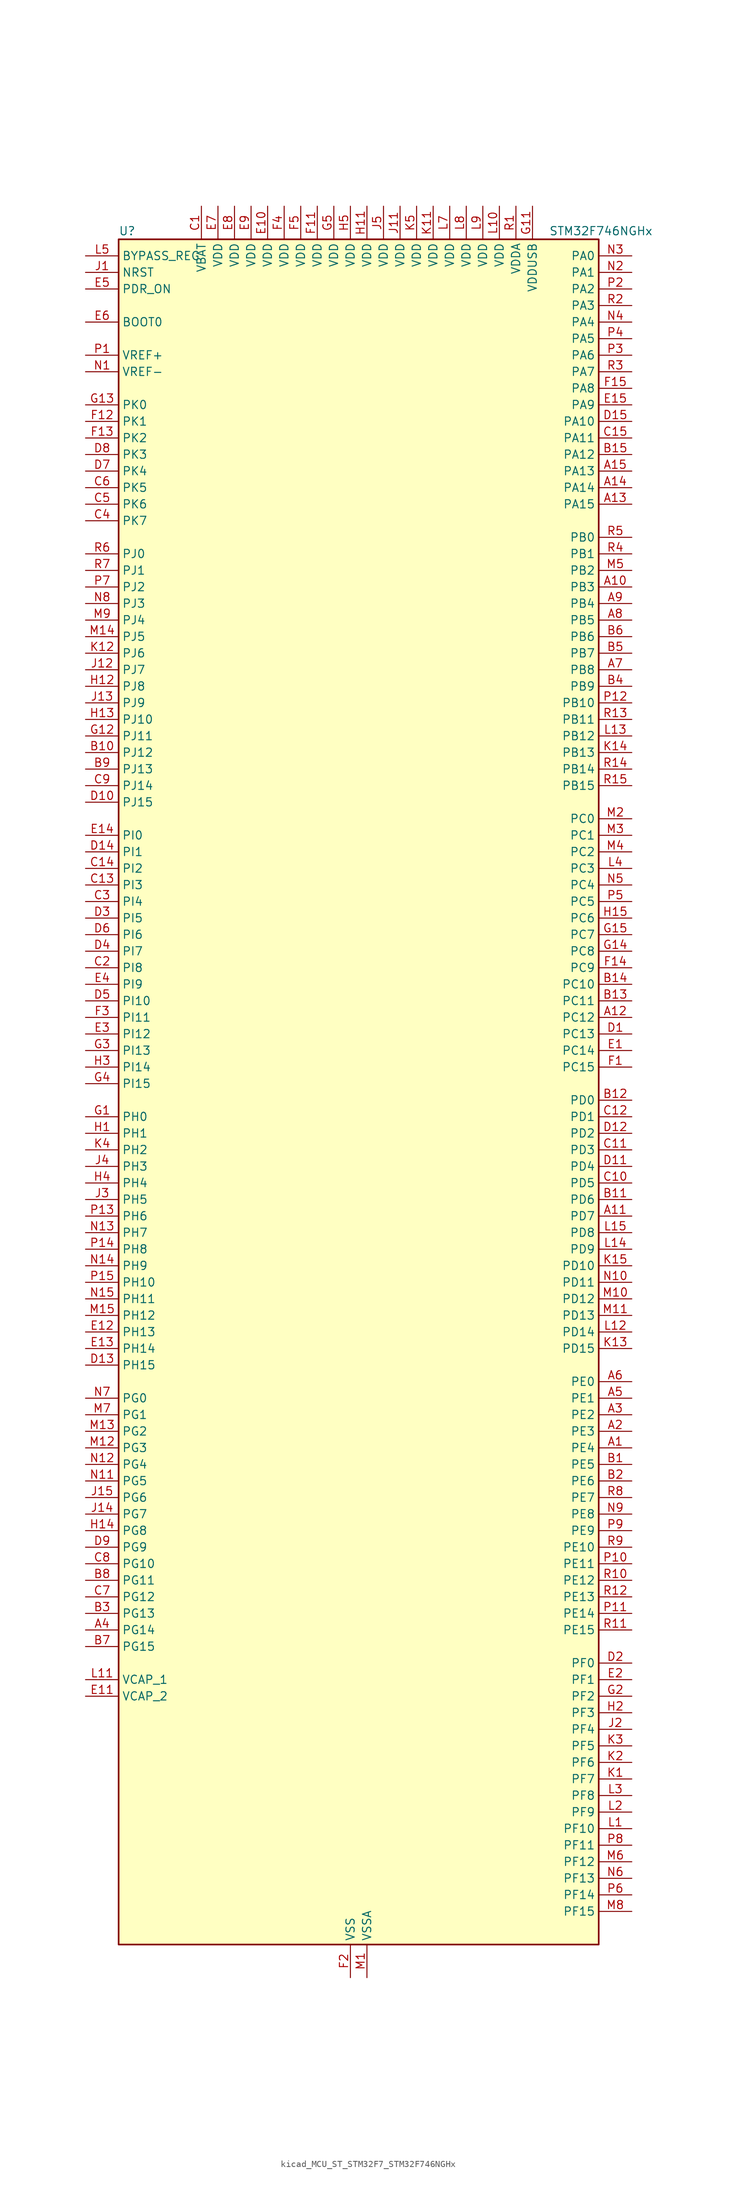
<source format=kicad_sym>
(kicad_symbol_lib
  (version 20220914)
  (generator kicad_symbol_editor)
  (symbol "kicad_MCU_ST_STM32F7_STM32F746NGHx"
    (property "Reference" "U"
      (at -35.56 133.35 0)
      (effects (font (size 1.27 1.27)) (justify left)))
    (property "Value" "STM32F746NGHx"
      (at 30.48 133.35 0)
      (effects (font (size 1.27 1.27)) (justify left)))
    (property "ki_locked" ""
      (at 0 0 0)
      (effects (font (size 1.27 1.27))))
    (symbol "kicad_MCU_ST_STM32F7_STM32F746NGHx_0_1"
      (rectangle (start -35.56 -129.54) (end 38.1 132.08) (stroke (width 0.254) (type default)) (fill (type background))))
    (symbol "kicad_MCU_ST_STM32F7_STM32F746NGHx_1_1"
      (pin bidirectional line (at 43.18 -53.34 180) (length 5.08) (name "PE4" (effects (font (size 1.27 1.27)))) (number "A1" (effects (font (size 1.27 1.27)))) (alternate "DCMI_D4" bidirectional line) (alternate "FMC_A20" bidirectional line) (alternate "LTDC_B0" bidirectional line) (alternate "SAI1_FS_A" bidirectional line) (alternate "SPI4_NSS" bidirectional line) (alternate "SYS_TRACED1" bidirectional line))
      (pin bidirectional line (at 43.18 78.74 180) (length 5.08) (name "PB3" (effects (font (size 1.27 1.27)))) (number "A10" (effects (font (size 1.27 1.27)))) (alternate "I2S1_CK" bidirectional line) (alternate "I2S3_CK" bidirectional line) (alternate "SPI1_SCK" bidirectional line) (alternate "SPI3_SCK" bidirectional line) (alternate "SYS_JTDO-SWO" bidirectional line) (alternate "TIM2_CH2" bidirectional line))
      (pin bidirectional line (at 43.18 -17.78 180) (length 5.08) (name "PD7" (effects (font (size 1.27 1.27)))) (number "A11" (effects (font (size 1.27 1.27)))) (alternate "FMC_NE1" bidirectional line) (alternate "SPDIFRX_IN0" bidirectional line) (alternate "USART2_CK" bidirectional line))
      (pin bidirectional line (at 43.18 12.7 180) (length 5.08) (name "PC12" (effects (font (size 1.27 1.27)))) (number "A12" (effects (font (size 1.27 1.27)))) (alternate "DCMI_D9" bidirectional line) (alternate "I2S3_SD" bidirectional line) (alternate "SDMMC1_CK" bidirectional line) (alternate "SPI3_MOSI" bidirectional line) (alternate "SYS_TRACED3" bidirectional line) (alternate "UART5_TX" bidirectional line) (alternate "USART3_CK" bidirectional line))
      (pin bidirectional line (at 43.18 91.44 180) (length 5.08) (name "PA15" (effects (font (size 1.27 1.27)))) (number "A13" (effects (font (size 1.27 1.27)))) (alternate "CEC" bidirectional line) (alternate "I2S1_WS" bidirectional line) (alternate "I2S3_WS" bidirectional line) (alternate "SPI1_NSS" bidirectional line) (alternate "SPI3_NSS" bidirectional line) (alternate "SYS_JTDI" bidirectional line) (alternate "TIM2_CH1" bidirectional line) (alternate "TIM2_ETR" bidirectional line) (alternate "UART4_DE" bidirectional line) (alternate "UART4_RTS" bidirectional line))
      (pin bidirectional line (at 43.18 93.98 180) (length 5.08) (name "PA14" (effects (font (size 1.27 1.27)))) (number "A14" (effects (font (size 1.27 1.27)))) (alternate "SYS_JTCK-SWCLK" bidirectional line))
      (pin bidirectional line (at 43.18 96.52 180) (length 5.08) (name "PA13" (effects (font (size 1.27 1.27)))) (number "A15" (effects (font (size 1.27 1.27)))) (alternate "SYS_JTMS-SWDIO" bidirectional line))
      (pin bidirectional line (at 43.18 -50.8 180) (length 5.08) (name "PE3" (effects (font (size 1.27 1.27)))) (number "A2" (effects (font (size 1.27 1.27)))) (alternate "FMC_A19" bidirectional line) (alternate "SAI1_SD_B" bidirectional line) (alternate "SYS_TRACED0" bidirectional line))
      (pin bidirectional line (at 43.18 -48.26 180) (length 5.08) (name "PE2" (effects (font (size 1.27 1.27)))) (number "A3" (effects (font (size 1.27 1.27)))) (alternate "ETH_TXD3" bidirectional line) (alternate "FMC_A23" bidirectional line) (alternate "QUADSPI_BK1_IO2" bidirectional line) (alternate "SAI1_MCLK_A" bidirectional line) (alternate "SPI4_SCK" bidirectional line) (alternate "SYS_TRACECLK" bidirectional line))
      (pin bidirectional line (at -40.64 -81.28 0) (length 5.08) (name "PG14" (effects (font (size 1.27 1.27)))) (number "A4" (effects (font (size 1.27 1.27)))) (alternate "ETH_TXD1" bidirectional line) (alternate "FMC_A25" bidirectional line) (alternate "LPTIM1_ETR" bidirectional line) (alternate "LTDC_B0" bidirectional line) (alternate "QUADSPI_BK2_IO3" bidirectional line) (alternate "SPI6_MOSI" bidirectional line) (alternate "SYS_TRACED1" bidirectional line) (alternate "USART6_TX" bidirectional line))
      (pin bidirectional line (at 43.18 -45.72 180) (length 5.08) (name "PE1" (effects (font (size 1.27 1.27)))) (number "A5" (effects (font (size 1.27 1.27)))) (alternate "DCMI_D3" bidirectional line) (alternate "FMC_NBL1" bidirectional line) (alternate "LPTIM1_IN2" bidirectional line) (alternate "UART8_TX" bidirectional line))
      (pin bidirectional line (at 43.18 -43.18 180) (length 5.08) (name "PE0" (effects (font (size 1.27 1.27)))) (number "A6" (effects (font (size 1.27 1.27)))) (alternate "DCMI_D2" bidirectional line) (alternate "FMC_NBL0" bidirectional line) (alternate "LPTIM1_ETR" bidirectional line) (alternate "SAI2_MCLK_A" bidirectional line) (alternate "TIM4_ETR" bidirectional line) (alternate "UART8_RX" bidirectional line))
      (pin bidirectional line (at 43.18 66.04 180) (length 5.08) (name "PB8" (effects (font (size 1.27 1.27)))) (number "A7" (effects (font (size 1.27 1.27)))) (alternate "CAN1_RX" bidirectional line) (alternate "DCMI_D6" bidirectional line) (alternate "ETH_TXD3" bidirectional line) (alternate "I2C1_SCL" bidirectional line) (alternate "LTDC_B6" bidirectional line) (alternate "SDMMC1_D4" bidirectional line) (alternate "TIM10_CH1" bidirectional line) (alternate "TIM4_CH3" bidirectional line))
      (pin bidirectional line (at 43.18 73.66 180) (length 5.08) (name "PB5" (effects (font (size 1.27 1.27)))) (number "A8" (effects (font (size 1.27 1.27)))) (alternate "CAN2_RX" bidirectional line) (alternate "DCMI_D10" bidirectional line) (alternate "ETH_PPS_OUT" bidirectional line) (alternate "FMC_SDCKE1" bidirectional line) (alternate "I2C1_SMBA" bidirectional line) (alternate "I2S1_SD" bidirectional line) (alternate "I2S3_SD" bidirectional line) (alternate "SPI1_MOSI" bidirectional line) (alternate "SPI3_MOSI" bidirectional line) (alternate "TIM3_CH2" bidirectional line) (alternate "USB_OTG_HS_ULPI_D7" bidirectional line))
      (pin bidirectional line (at 43.18 76.2 180) (length 5.08) (name "PB4" (effects (font (size 1.27 1.27)))) (number "A9" (effects (font (size 1.27 1.27)))) (alternate "I2S2_WS" bidirectional line) (alternate "SPI1_MISO" bidirectional line) (alternate "SPI2_NSS" bidirectional line) (alternate "SPI3_MISO" bidirectional line) (alternate "SYS_JTRST" bidirectional line) (alternate "TIM3_CH1" bidirectional line))
      (pin bidirectional line (at 43.18 -55.88 180) (length 5.08) (name "PE5" (effects (font (size 1.27 1.27)))) (number "B1" (effects (font (size 1.27 1.27)))) (alternate "DCMI_D6" bidirectional line) (alternate "FMC_A21" bidirectional line) (alternate "LTDC_G0" bidirectional line) (alternate "SAI1_SCK_A" bidirectional line) (alternate "SPI4_MISO" bidirectional line) (alternate "SYS_TRACED2" bidirectional line) (alternate "TIM9_CH1" bidirectional line))
      (pin bidirectional line (at -40.64 53.34 0) (length 5.08) (name "PJ12" (effects (font (size 1.27 1.27)))) (number "B10" (effects (font (size 1.27 1.27)))) (alternate "LTDC_B0" bidirectional line))
      (pin bidirectional line (at 43.18 -15.24 180) (length 5.08) (name "PD6" (effects (font (size 1.27 1.27)))) (number "B11" (effects (font (size 1.27 1.27)))) (alternate "DCMI_D10" bidirectional line) (alternate "FMC_NWAIT" bidirectional line) (alternate "I2S3_SD" bidirectional line) (alternate "LTDC_B2" bidirectional line) (alternate "SAI1_SD_A" bidirectional line) (alternate "SPI3_MOSI" bidirectional line) (alternate "USART2_RX" bidirectional line))
      (pin bidirectional line (at 43.18 0 180) (length 5.08) (name "PD0" (effects (font (size 1.27 1.27)))) (number "B12" (effects (font (size 1.27 1.27)))) (alternate "CAN1_RX" bidirectional line) (alternate "FMC_D2" bidirectional line) (alternate "FMC_DA2" bidirectional line))
      (pin bidirectional line (at 43.18 15.24 180) (length 5.08) (name "PC11" (effects (font (size 1.27 1.27)))) (number "B13" (effects (font (size 1.27 1.27)))) (alternate "ADC1_EXTI11" bidirectional line) (alternate "ADC2_EXTI11" bidirectional line) (alternate "ADC3_EXTI11" bidirectional line) (alternate "DCMI_D4" bidirectional line) (alternate "QUADSPI_BK2_NCS" bidirectional line) (alternate "SDMMC1_D3" bidirectional line) (alternate "SPI3_MISO" bidirectional line) (alternate "UART4_RX" bidirectional line) (alternate "USART3_RX" bidirectional line))
      (pin bidirectional line (at 43.18 17.78 180) (length 5.08) (name "PC10" (effects (font (size 1.27 1.27)))) (number "B14" (effects (font (size 1.27 1.27)))) (alternate "DCMI_D8" bidirectional line) (alternate "I2S3_CK" bidirectional line) (alternate "LTDC_R2" bidirectional line) (alternate "QUADSPI_BK1_IO1" bidirectional line) (alternate "SDMMC1_D2" bidirectional line) (alternate "SPI3_SCK" bidirectional line) (alternate "UART4_TX" bidirectional line) (alternate "USART3_TX" bidirectional line))
      (pin bidirectional line (at 43.18 99.06 180) (length 5.08) (name "PA12" (effects (font (size 1.27 1.27)))) (number "B15" (effects (font (size 1.27 1.27)))) (alternate "CAN1_TX" bidirectional line) (alternate "LTDC_R5" bidirectional line) (alternate "SAI2_FS_B" bidirectional line) (alternate "TIM1_ETR" bidirectional line) (alternate "USART1_DE" bidirectional line) (alternate "USART1_RTS" bidirectional line) (alternate "USB_OTG_FS_DP" bidirectional line))
      (pin bidirectional line (at 43.18 -58.42 180) (length 5.08) (name "PE6" (effects (font (size 1.27 1.27)))) (number "B2" (effects (font (size 1.27 1.27)))) (alternate "DCMI_D7" bidirectional line) (alternate "FMC_A22" bidirectional line) (alternate "LTDC_G1" bidirectional line) (alternate "SAI1_SD_A" bidirectional line) (alternate "SAI2_MCLK_B" bidirectional line) (alternate "SPI4_MOSI" bidirectional line) (alternate "SYS_TRACED3" bidirectional line) (alternate "TIM1_BKIN2" bidirectional line) (alternate "TIM9_CH2" bidirectional line))
      (pin bidirectional line (at -40.64 -78.74 0) (length 5.08) (name "PG13" (effects (font (size 1.27 1.27)))) (number "B3" (effects (font (size 1.27 1.27)))) (alternate "ETH_TXD0" bidirectional line) (alternate "FMC_A24" bidirectional line) (alternate "LPTIM1_OUT" bidirectional line) (alternate "LTDC_R0" bidirectional line) (alternate "SPI6_SCK" bidirectional line) (alternate "SYS_TRACED0" bidirectional line) (alternate "USART6_CTS" bidirectional line))
      (pin bidirectional line (at 43.18 63.5 180) (length 5.08) (name "PB9" (effects (font (size 1.27 1.27)))) (number "B4" (effects (font (size 1.27 1.27)))) (alternate "CAN1_TX" bidirectional line) (alternate "DAC_EXTI9" bidirectional line) (alternate "DCMI_D7" bidirectional line) (alternate "I2C1_SDA" bidirectional line) (alternate "I2S2_WS" bidirectional line) (alternate "LTDC_B7" bidirectional line) (alternate "SDMMC1_D5" bidirectional line) (alternate "SPI2_NSS" bidirectional line) (alternate "TIM11_CH1" bidirectional line) (alternate "TIM4_CH4" bidirectional line))
      (pin bidirectional line (at 43.18 68.58 180) (length 5.08) (name "PB7" (effects (font (size 1.27 1.27)))) (number "B5" (effects (font (size 1.27 1.27)))) (alternate "DCMI_VSYNC" bidirectional line) (alternate "FMC_NL" bidirectional line) (alternate "I2C1_SDA" bidirectional line) (alternate "TIM4_CH2" bidirectional line) (alternate "USART1_RX" bidirectional line))
      (pin bidirectional line (at 43.18 71.12 180) (length 5.08) (name "PB6" (effects (font (size 1.27 1.27)))) (number "B6" (effects (font (size 1.27 1.27)))) (alternate "CAN2_TX" bidirectional line) (alternate "CEC" bidirectional line) (alternate "DCMI_D5" bidirectional line) (alternate "FMC_SDNE1" bidirectional line) (alternate "I2C1_SCL" bidirectional line) (alternate "QUADSPI_BK1_NCS" bidirectional line) (alternate "TIM4_CH1" bidirectional line) (alternate "USART1_TX" bidirectional line))
      (pin bidirectional line (at -40.64 -83.82 0) (length 5.08) (name "PG15" (effects (font (size 1.27 1.27)))) (number "B7" (effects (font (size 1.27 1.27)))) (alternate "DCMI_D13" bidirectional line) (alternate "FMC_SDNCAS" bidirectional line) (alternate "USART6_CTS" bidirectional line))
      (pin bidirectional line (at -40.64 -73.66 0) (length 5.08) (name "PG11" (effects (font (size 1.27 1.27)))) (number "B8" (effects (font (size 1.27 1.27)))) (alternate "ADC1_EXTI11" bidirectional line) (alternate "ADC2_EXTI11" bidirectional line) (alternate "ADC3_EXTI11" bidirectional line) (alternate "DCMI_D3" bidirectional line) (alternate "ETH_TX_EN" bidirectional line) (alternate "LTDC_B3" bidirectional line) (alternate "SPDIFRX_IN0" bidirectional line))
      (pin bidirectional line (at -40.64 50.8 0) (length 5.08) (name "PJ13" (effects (font (size 1.27 1.27)))) (number "B9" (effects (font (size 1.27 1.27)))) (alternate "LTDC_B1" bidirectional line))
      (pin power_in line (at -22.86 137.16 270) (length 5.08) (name "VBAT" (effects (font (size 1.27 1.27)))) (number "C1" (effects (font (size 1.27 1.27)))))
      (pin bidirectional line (at 43.18 -12.7 180) (length 5.08) (name "PD5" (effects (font (size 1.27 1.27)))) (number "C10" (effects (font (size 1.27 1.27)))) (alternate "FMC_NWE" bidirectional line) (alternate "USART2_TX" bidirectional line))
      (pin bidirectional line (at 43.18 -7.62 180) (length 5.08) (name "PD3" (effects (font (size 1.27 1.27)))) (number "C11" (effects (font (size 1.27 1.27)))) (alternate "DCMI_D5" bidirectional line) (alternate "FMC_CLK" bidirectional line) (alternate "I2S2_CK" bidirectional line) (alternate "LTDC_G7" bidirectional line) (alternate "SPI2_SCK" bidirectional line) (alternate "USART2_CTS" bidirectional line))
      (pin bidirectional line (at 43.18 -2.54 180) (length 5.08) (name "PD1" (effects (font (size 1.27 1.27)))) (number "C12" (effects (font (size 1.27 1.27)))) (alternate "CAN1_TX" bidirectional line) (alternate "FMC_D3" bidirectional line) (alternate "FMC_DA3" bidirectional line))
      (pin bidirectional line (at -40.64 33.02 0) (length 5.08) (name "PI3" (effects (font (size 1.27 1.27)))) (number "C13" (effects (font (size 1.27 1.27)))) (alternate "DCMI_D10" bidirectional line) (alternate "FMC_D27" bidirectional line) (alternate "I2S2_SD" bidirectional line) (alternate "SPI2_MOSI" bidirectional line) (alternate "TIM8_ETR" bidirectional line))
      (pin bidirectional line (at -40.64 35.56 0) (length 5.08) (name "PI2" (effects (font (size 1.27 1.27)))) (number "C14" (effects (font (size 1.27 1.27)))) (alternate "DCMI_D9" bidirectional line) (alternate "FMC_D26" bidirectional line) (alternate "LTDC_G7" bidirectional line) (alternate "SPI2_MISO" bidirectional line) (alternate "TIM8_CH4" bidirectional line))
      (pin bidirectional line (at 43.18 101.6 180) (length 5.08) (name "PA11" (effects (font (size 1.27 1.27)))) (number "C15" (effects (font (size 1.27 1.27)))) (alternate "ADC1_EXTI11" bidirectional line) (alternate "ADC2_EXTI11" bidirectional line) (alternate "ADC3_EXTI11" bidirectional line) (alternate "CAN1_RX" bidirectional line) (alternate "LTDC_R4" bidirectional line) (alternate "TIM1_CH4" bidirectional line) (alternate "USART1_CTS" bidirectional line) (alternate "USB_OTG_FS_DM" bidirectional line))
      (pin bidirectional line (at -40.64 20.32 0) (length 5.08) (name "PI8" (effects (font (size 1.27 1.27)))) (number "C2" (effects (font (size 1.27 1.27)))) (alternate "RTC_TAMP2" bidirectional line) (alternate "RTC_TS" bidirectional line) (alternate "SYS_WKUP5" bidirectional line))
      (pin bidirectional line (at -40.64 30.48 0) (length 5.08) (name "PI4" (effects (font (size 1.27 1.27)))) (number "C3" (effects (font (size 1.27 1.27)))) (alternate "DCMI_D5" bidirectional line) (alternate "FMC_NBL2" bidirectional line) (alternate "LTDC_B4" bidirectional line) (alternate "SAI2_MCLK_A" bidirectional line) (alternate "TIM8_BKIN" bidirectional line))
      (pin bidirectional line (at -40.64 88.9 0) (length 5.08) (name "PK7" (effects (font (size 1.27 1.27)))) (number "C4" (effects (font (size 1.27 1.27)))) (alternate "LTDC_DE" bidirectional line))
      (pin bidirectional line (at -40.64 91.44 0) (length 5.08) (name "PK6" (effects (font (size 1.27 1.27)))) (number "C5" (effects (font (size 1.27 1.27)))) (alternate "LTDC_B7" bidirectional line))
      (pin bidirectional line (at -40.64 93.98 0) (length 5.08) (name "PK5" (effects (font (size 1.27 1.27)))) (number "C6" (effects (font (size 1.27 1.27)))) (alternate "LTDC_B6" bidirectional line))
      (pin bidirectional line (at -40.64 -76.2 0) (length 5.08) (name "PG12" (effects (font (size 1.27 1.27)))) (number "C7" (effects (font (size 1.27 1.27)))) (alternate "FMC_NE4" bidirectional line) (alternate "LPTIM1_IN1" bidirectional line) (alternate "LTDC_B1" bidirectional line) (alternate "LTDC_B4" bidirectional line) (alternate "SPDIFRX_IN1" bidirectional line) (alternate "SPI6_MISO" bidirectional line) (alternate "USART6_DE" bidirectional line) (alternate "USART6_RTS" bidirectional line))
      (pin bidirectional line (at -40.64 -71.12 0) (length 5.08) (name "PG10" (effects (font (size 1.27 1.27)))) (number "C8" (effects (font (size 1.27 1.27)))) (alternate "DCMI_D2" bidirectional line) (alternate "FMC_NE3" bidirectional line) (alternate "LTDC_B2" bidirectional line) (alternate "LTDC_G3" bidirectional line) (alternate "SAI2_SD_B" bidirectional line))
      (pin bidirectional line (at -40.64 48.26 0) (length 5.08) (name "PJ14" (effects (font (size 1.27 1.27)))) (number "C9" (effects (font (size 1.27 1.27)))) (alternate "LTDC_B2" bidirectional line))
      (pin bidirectional line (at 43.18 10.16 180) (length 5.08) (name "PC13" (effects (font (size 1.27 1.27)))) (number "D1" (effects (font (size 1.27 1.27)))) (alternate "RTC_OUT" bidirectional line) (alternate "RTC_TAMP1" bidirectional line) (alternate "RTC_TS" bidirectional line) (alternate "SYS_WKUP4" bidirectional line))
      (pin bidirectional line (at -40.64 45.72 0) (length 5.08) (name "PJ15" (effects (font (size 1.27 1.27)))) (number "D10" (effects (font (size 1.27 1.27)))) (alternate "LTDC_B3" bidirectional line))
      (pin bidirectional line (at 43.18 -10.16 180) (length 5.08) (name "PD4" (effects (font (size 1.27 1.27)))) (number "D11" (effects (font (size 1.27 1.27)))) (alternate "FMC_NOE" bidirectional line) (alternate "USART2_DE" bidirectional line) (alternate "USART2_RTS" bidirectional line))
      (pin bidirectional line (at 43.18 -5.08 180) (length 5.08) (name "PD2" (effects (font (size 1.27 1.27)))) (number "D12" (effects (font (size 1.27 1.27)))) (alternate "DCMI_D11" bidirectional line) (alternate "SDMMC1_CMD" bidirectional line) (alternate "SYS_TRACED2" bidirectional line) (alternate "TIM3_ETR" bidirectional line) (alternate "UART5_RX" bidirectional line))
      (pin bidirectional line (at -40.64 -40.64 0) (length 5.08) (name "PH15" (effects (font (size 1.27 1.27)))) (number "D13" (effects (font (size 1.27 1.27)))) (alternate "DCMI_D11" bidirectional line) (alternate "FMC_D23" bidirectional line) (alternate "LTDC_G4" bidirectional line) (alternate "TIM8_CH3N" bidirectional line))
      (pin bidirectional line (at -40.64 38.1 0) (length 5.08) (name "PI1" (effects (font (size 1.27 1.27)))) (number "D14" (effects (font (size 1.27 1.27)))) (alternate "DCMI_D8" bidirectional line) (alternate "FMC_D25" bidirectional line) (alternate "I2S2_CK" bidirectional line) (alternate "LTDC_G6" bidirectional line) (alternate "SPI2_SCK" bidirectional line) (alternate "TIM8_BKIN2" bidirectional line))
      (pin bidirectional line (at 43.18 104.14 180) (length 5.08) (name "PA10" (effects (font (size 1.27 1.27)))) (number "D15" (effects (font (size 1.27 1.27)))) (alternate "DCMI_D1" bidirectional line) (alternate "TIM1_CH3" bidirectional line) (alternate "USART1_RX" bidirectional line) (alternate "USB_OTG_FS_ID" bidirectional line))
      (pin bidirectional line (at 43.18 -86.36 180) (length 5.08) (name "PF0" (effects (font (size 1.27 1.27)))) (number "D2" (effects (font (size 1.27 1.27)))) (alternate "FMC_A0" bidirectional line) (alternate "I2C2_SDA" bidirectional line))
      (pin bidirectional line (at -40.64 27.94 0) (length 5.08) (name "PI5" (effects (font (size 1.27 1.27)))) (number "D3" (effects (font (size 1.27 1.27)))) (alternate "DCMI_VSYNC" bidirectional line) (alternate "FMC_NBL3" bidirectional line) (alternate "LTDC_B5" bidirectional line) (alternate "SAI2_SCK_A" bidirectional line) (alternate "TIM8_CH1" bidirectional line))
      (pin bidirectional line (at -40.64 22.86 0) (length 5.08) (name "PI7" (effects (font (size 1.27 1.27)))) (number "D4" (effects (font (size 1.27 1.27)))) (alternate "DCMI_D7" bidirectional line) (alternate "FMC_D29" bidirectional line) (alternate "LTDC_B7" bidirectional line) (alternate "SAI2_FS_A" bidirectional line) (alternate "TIM8_CH3" bidirectional line))
      (pin bidirectional line (at -40.64 15.24 0) (length 5.08) (name "PI10" (effects (font (size 1.27 1.27)))) (number "D5" (effects (font (size 1.27 1.27)))) (alternate "ETH_RX_ER" bidirectional line) (alternate "FMC_D31" bidirectional line) (alternate "LTDC_HSYNC" bidirectional line))
      (pin bidirectional line (at -40.64 25.4 0) (length 5.08) (name "PI6" (effects (font (size 1.27 1.27)))) (number "D6" (effects (font (size 1.27 1.27)))) (alternate "DCMI_D6" bidirectional line) (alternate "FMC_D28" bidirectional line) (alternate "LTDC_B6" bidirectional line) (alternate "SAI2_SD_A" bidirectional line) (alternate "TIM8_CH2" bidirectional line))
      (pin bidirectional line (at -40.64 96.52 0) (length 5.08) (name "PK4" (effects (font (size 1.27 1.27)))) (number "D7" (effects (font (size 1.27 1.27)))) (alternate "LTDC_B5" bidirectional line))
      (pin bidirectional line (at -40.64 99.06 0) (length 5.08) (name "PK3" (effects (font (size 1.27 1.27)))) (number "D8" (effects (font (size 1.27 1.27)))) (alternate "LTDC_B4" bidirectional line))
      (pin bidirectional line (at -40.64 -68.58 0) (length 5.08) (name "PG9" (effects (font (size 1.27 1.27)))) (number "D9" (effects (font (size 1.27 1.27)))) (alternate "DAC_EXTI9" bidirectional line) (alternate "DCMI_VSYNC" bidirectional line) (alternate "FMC_NCE" bidirectional line) (alternate "FMC_NE2" bidirectional line) (alternate "QUADSPI_BK2_IO2" bidirectional line) (alternate "SAI2_FS_B" bidirectional line) (alternate "SPDIFRX_IN3" bidirectional line) (alternate "USART6_RX" bidirectional line))
      (pin bidirectional line (at 43.18 7.62 180) (length 5.08) (name "PC14" (effects (font (size 1.27 1.27)))) (number "E1" (effects (font (size 1.27 1.27)))) (alternate "RCC_OSC32_IN" bidirectional line))
      (pin power_in line (at -12.7 137.16 270) (length 5.08) (name "VDD" (effects (font (size 1.27 1.27)))) (number "E10" (effects (font (size 1.27 1.27)))))
      (pin power_out line (at -40.64 -91.44 0) (length 5.08) (name "VCAP_2" (effects (font (size 1.27 1.27)))) (number "E11" (effects (font (size 1.27 1.27)))))
      (pin bidirectional line (at -40.64 -35.56 0) (length 5.08) (name "PH13" (effects (font (size 1.27 1.27)))) (number "E12" (effects (font (size 1.27 1.27)))) (alternate "CAN1_TX" bidirectional line) (alternate "FMC_D21" bidirectional line) (alternate "LTDC_G2" bidirectional line) (alternate "TIM8_CH1N" bidirectional line))
      (pin bidirectional line (at -40.64 -38.1 0) (length 5.08) (name "PH14" (effects (font (size 1.27 1.27)))) (number "E13" (effects (font (size 1.27 1.27)))) (alternate "DCMI_D4" bidirectional line) (alternate "FMC_D22" bidirectional line) (alternate "LTDC_G3" bidirectional line) (alternate "TIM8_CH2N" bidirectional line))
      (pin bidirectional line (at -40.64 40.64 0) (length 5.08) (name "PI0" (effects (font (size 1.27 1.27)))) (number "E14" (effects (font (size 1.27 1.27)))) (alternate "DCMI_D13" bidirectional line) (alternate "FMC_D24" bidirectional line) (alternate "I2S2_WS" bidirectional line) (alternate "LTDC_G5" bidirectional line) (alternate "SPI2_NSS" bidirectional line) (alternate "TIM5_CH4" bidirectional line))
      (pin bidirectional line (at 43.18 106.68 180) (length 5.08) (name "PA9" (effects (font (size 1.27 1.27)))) (number "E15" (effects (font (size 1.27 1.27)))) (alternate "DAC_EXTI9" bidirectional line) (alternate "DCMI_D0" bidirectional line) (alternate "I2C3_SMBA" bidirectional line) (alternate "I2S2_CK" bidirectional line) (alternate "SPI2_SCK" bidirectional line) (alternate "TIM1_CH2" bidirectional line) (alternate "USART1_TX" bidirectional line) (alternate "USB_OTG_FS_VBUS" bidirectional line))
      (pin bidirectional line (at 43.18 -88.9 180) (length 5.08) (name "PF1" (effects (font (size 1.27 1.27)))) (number "E2" (effects (font (size 1.27 1.27)))) (alternate "FMC_A1" bidirectional line) (alternate "I2C2_SCL" bidirectional line))
      (pin bidirectional line (at -40.64 10.16 0) (length 5.08) (name "PI12" (effects (font (size 1.27 1.27)))) (number "E3" (effects (font (size 1.27 1.27)))) (alternate "LTDC_HSYNC" bidirectional line))
      (pin bidirectional line (at -40.64 17.78 0) (length 5.08) (name "PI9" (effects (font (size 1.27 1.27)))) (number "E4" (effects (font (size 1.27 1.27)))) (alternate "CAN1_RX" bidirectional line) (alternate "DAC_EXTI9" bidirectional line) (alternate "FMC_D30" bidirectional line) (alternate "LTDC_VSYNC" bidirectional line))
      (pin input line (at -40.64 124.46 0) (length 5.08) (name "PDR_ON" (effects (font (size 1.27 1.27)))) (number "E5" (effects (font (size 1.27 1.27)))))
      (pin input line (at -40.64 119.38 0) (length 5.08) (name "BOOT0" (effects (font (size 1.27 1.27)))) (number "E6" (effects (font (size 1.27 1.27)))))
      (pin power_in line (at -20.32 137.16 270) (length 5.08) (name "VDD" (effects (font (size 1.27 1.27)))) (number "E7" (effects (font (size 1.27 1.27)))))
      (pin power_in line (at -17.78 137.16 270) (length 5.08) (name "VDD" (effects (font (size 1.27 1.27)))) (number "E8" (effects (font (size 1.27 1.27)))))
      (pin power_in line (at -15.24 137.16 270) (length 5.08) (name "VDD" (effects (font (size 1.27 1.27)))) (number "E9" (effects (font (size 1.27 1.27)))))
      (pin bidirectional line (at 43.18 5.08 180) (length 5.08) (name "PC15" (effects (font (size 1.27 1.27)))) (number "F1" (effects (font (size 1.27 1.27)))) (alternate "RCC_OSC32_OUT" bidirectional line))
      (pin passive line (at 0 -134.62 90) (length 5.08) hide (name "VSS" (effects (font (size 1.27 1.27)))) (number "F10" (effects (font (size 1.27 1.27)))))
      (pin power_in line (at -5.08 137.16 270) (length 5.08) (name "VDD" (effects (font (size 1.27 1.27)))) (number "F11" (effects (font (size 1.27 1.27)))))
      (pin bidirectional line (at -40.64 104.14 0) (length 5.08) (name "PK1" (effects (font (size 1.27 1.27)))) (number "F12" (effects (font (size 1.27 1.27)))) (alternate "LTDC_G6" bidirectional line))
      (pin bidirectional line (at -40.64 101.6 0) (length 5.08) (name "PK2" (effects (font (size 1.27 1.27)))) (number "F13" (effects (font (size 1.27 1.27)))) (alternate "LTDC_G7" bidirectional line))
      (pin bidirectional line (at 43.18 20.32 180) (length 5.08) (name "PC9" (effects (font (size 1.27 1.27)))) (number "F14" (effects (font (size 1.27 1.27)))) (alternate "DAC_EXTI9" bidirectional line) (alternate "DCMI_D3" bidirectional line) (alternate "I2C3_SDA" bidirectional line) (alternate "I2S_CKIN" bidirectional line) (alternate "QUADSPI_BK1_IO0" bidirectional line) (alternate "RCC_MCO_2" bidirectional line) (alternate "SDMMC1_D1" bidirectional line) (alternate "TIM3_CH4" bidirectional line) (alternate "TIM8_CH4" bidirectional line) (alternate "UART5_CTS" bidirectional line))
      (pin bidirectional line (at 43.18 109.22 180) (length 5.08) (name "PA8" (effects (font (size 1.27 1.27)))) (number "F15" (effects (font (size 1.27 1.27)))) (alternate "I2C3_SCL" bidirectional line) (alternate "LTDC_R6" bidirectional line) (alternate "RCC_MCO_1" bidirectional line) (alternate "TIM1_CH1" bidirectional line) (alternate "TIM8_BKIN2" bidirectional line) (alternate "USART1_CK" bidirectional line) (alternate "USB_OTG_FS_SOF" bidirectional line))
      (pin power_in line (at 0 -134.62 90) (length 5.08) (name "VSS" (effects (font (size 1.27 1.27)))) (number "F2" (effects (font (size 1.27 1.27)))))
      (pin bidirectional line (at -40.64 12.7 0) (length 5.08) (name "PI11" (effects (font (size 1.27 1.27)))) (number "F3" (effects (font (size 1.27 1.27)))) (alternate "ADC1_EXTI11" bidirectional line) (alternate "ADC2_EXTI11" bidirectional line) (alternate "ADC3_EXTI11" bidirectional line) (alternate "SYS_WKUP6" bidirectional line) (alternate "USB_OTG_HS_ULPI_DIR" bidirectional line))
      (pin power_in line (at -10.16 137.16 270) (length 5.08) (name "VDD" (effects (font (size 1.27 1.27)))) (number "F4" (effects (font (size 1.27 1.27)))))
      (pin power_in line (at -7.62 137.16 270) (length 5.08) (name "VDD" (effects (font (size 1.27 1.27)))) (number "F5" (effects (font (size 1.27 1.27)))))
      (pin passive line (at 0 -134.62 90) (length 5.08) hide (name "VSS" (effects (font (size 1.27 1.27)))) (number "F6" (effects (font (size 1.27 1.27)))))
      (pin passive line (at 0 -134.62 90) (length 5.08) hide (name "VSS" (effects (font (size 1.27 1.27)))) (number "F7" (effects (font (size 1.27 1.27)))))
      (pin passive line (at 0 -134.62 90) (length 5.08) hide (name "VSS" (effects (font (size 1.27 1.27)))) (number "F8" (effects (font (size 1.27 1.27)))))
      (pin passive line (at 0 -134.62 90) (length 5.08) hide (name "VSS" (effects (font (size 1.27 1.27)))) (number "F9" (effects (font (size 1.27 1.27)))))
      (pin bidirectional line (at -40.64 -2.54 0) (length 5.08) (name "PH0" (effects (font (size 1.27 1.27)))) (number "G1" (effects (font (size 1.27 1.27)))) (alternate "RCC_OSC_IN" bidirectional line))
      (pin passive line (at 0 -134.62 90) (length 5.08) hide (name "VSS" (effects (font (size 1.27 1.27)))) (number "G10" (effects (font (size 1.27 1.27)))))
      (pin power_in line (at 27.94 137.16 270) (length 5.08) (name "VDDUSB" (effects (font (size 1.27 1.27)))) (number "G11" (effects (font (size 1.27 1.27)))))
      (pin bidirectional line (at -40.64 55.88 0) (length 5.08) (name "PJ11" (effects (font (size 1.27 1.27)))) (number "G12" (effects (font (size 1.27 1.27)))) (alternate "ADC1_EXTI11" bidirectional line) (alternate "ADC2_EXTI11" bidirectional line) (alternate "ADC3_EXTI11" bidirectional line) (alternate "LTDC_G4" bidirectional line))
      (pin bidirectional line (at -40.64 106.68 0) (length 5.08) (name "PK0" (effects (font (size 1.27 1.27)))) (number "G13" (effects (font (size 1.27 1.27)))) (alternate "LTDC_G5" bidirectional line))
      (pin bidirectional line (at 43.18 22.86 180) (length 5.08) (name "PC8" (effects (font (size 1.27 1.27)))) (number "G14" (effects (font (size 1.27 1.27)))) (alternate "DCMI_D2" bidirectional line) (alternate "SDMMC1_D0" bidirectional line) (alternate "SYS_TRACED1" bidirectional line) (alternate "TIM3_CH3" bidirectional line) (alternate "TIM8_CH3" bidirectional line) (alternate "UART5_DE" bidirectional line) (alternate "UART5_RTS" bidirectional line) (alternate "USART6_CK" bidirectional line))
      (pin bidirectional line (at 43.18 25.4 180) (length 5.08) (name "PC7" (effects (font (size 1.27 1.27)))) (number "G15" (effects (font (size 1.27 1.27)))) (alternate "DCMI_D1" bidirectional line) (alternate "I2S3_MCK" bidirectional line) (alternate "LTDC_G6" bidirectional line) (alternate "SDMMC1_D7" bidirectional line) (alternate "TIM3_CH2" bidirectional line) (alternate "TIM8_CH2" bidirectional line) (alternate "USART6_RX" bidirectional line))
      (pin bidirectional line (at 43.18 -91.44 180) (length 5.08) (name "PF2" (effects (font (size 1.27 1.27)))) (number "G2" (effects (font (size 1.27 1.27)))) (alternate "FMC_A2" bidirectional line) (alternate "I2C2_SMBA" bidirectional line))
      (pin bidirectional line (at -40.64 7.62 0) (length 5.08) (name "PI13" (effects (font (size 1.27 1.27)))) (number "G3" (effects (font (size 1.27 1.27)))) (alternate "LTDC_VSYNC" bidirectional line))
      (pin bidirectional line (at -40.64 2.54 0) (length 5.08) (name "PI15" (effects (font (size 1.27 1.27)))) (number "G4" (effects (font (size 1.27 1.27)))) (alternate "LTDC_R0" bidirectional line))
      (pin power_in line (at -2.54 137.16 270) (length 5.08) (name "VDD" (effects (font (size 1.27 1.27)))) (number "G5" (effects (font (size 1.27 1.27)))))
      (pin passive line (at 0 -134.62 90) (length 5.08) hide (name "VSS" (effects (font (size 1.27 1.27)))) (number "G6" (effects (font (size 1.27 1.27)))))
      (pin bidirectional line (at -40.64 -5.08 0) (length 5.08) (name "PH1" (effects (font (size 1.27 1.27)))) (number "H1" (effects (font (size 1.27 1.27)))) (alternate "RCC_OSC_OUT" bidirectional line))
      (pin passive line (at 0 -134.62 90) (length 5.08) hide (name "VSS" (effects (font (size 1.27 1.27)))) (number "H10" (effects (font (size 1.27 1.27)))))
      (pin power_in line (at 2.54 137.16 270) (length 5.08) (name "VDD" (effects (font (size 1.27 1.27)))) (number "H11" (effects (font (size 1.27 1.27)))))
      (pin bidirectional line (at -40.64 63.5 0) (length 5.08) (name "PJ8" (effects (font (size 1.27 1.27)))) (number "H12" (effects (font (size 1.27 1.27)))) (alternate "LTDC_G1" bidirectional line))
      (pin bidirectional line (at -40.64 58.42 0) (length 5.08) (name "PJ10" (effects (font (size 1.27 1.27)))) (number "H13" (effects (font (size 1.27 1.27)))) (alternate "LTDC_G3" bidirectional line))
      (pin bidirectional line (at -40.64 -66.04 0) (length 5.08) (name "PG8" (effects (font (size 1.27 1.27)))) (number "H14" (effects (font (size 1.27 1.27)))) (alternate "ETH_PPS_OUT" bidirectional line) (alternate "FMC_SDCLK" bidirectional line) (alternate "SPDIFRX_IN2" bidirectional line) (alternate "SPI6_NSS" bidirectional line) (alternate "USART6_DE" bidirectional line) (alternate "USART6_RTS" bidirectional line))
      (pin bidirectional line (at 43.18 27.94 180) (length 5.08) (name "PC6" (effects (font (size 1.27 1.27)))) (number "H15" (effects (font (size 1.27 1.27)))) (alternate "DCMI_D0" bidirectional line) (alternate "I2S2_MCK" bidirectional line) (alternate "LTDC_HSYNC" bidirectional line) (alternate "SDMMC1_D6" bidirectional line) (alternate "TIM3_CH1" bidirectional line) (alternate "TIM8_CH1" bidirectional line) (alternate "USART6_TX" bidirectional line))
      (pin bidirectional line (at 43.18 -93.98 180) (length 5.08) (name "PF3" (effects (font (size 1.27 1.27)))) (number "H2" (effects (font (size 1.27 1.27)))) (alternate "ADC3_IN9" bidirectional line) (alternate "FMC_A3" bidirectional line))
      (pin bidirectional line (at -40.64 5.08 0) (length 5.08) (name "PI14" (effects (font (size 1.27 1.27)))) (number "H3" (effects (font (size 1.27 1.27)))) (alternate "LTDC_CLK" bidirectional line))
      (pin bidirectional line (at -40.64 -12.7 0) (length 5.08) (name "PH4" (effects (font (size 1.27 1.27)))) (number "H4" (effects (font (size 1.27 1.27)))) (alternate "I2C2_SCL" bidirectional line) (alternate "USB_OTG_HS_ULPI_NXT" bidirectional line))
      (pin power_in line (at 0 137.16 270) (length 5.08) (name "VDD" (effects (font (size 1.27 1.27)))) (number "H5" (effects (font (size 1.27 1.27)))))
      (pin passive line (at 0 -134.62 90) (length 5.08) hide (name "VSS" (effects (font (size 1.27 1.27)))) (number "H6" (effects (font (size 1.27 1.27)))))
      (pin input line (at -40.64 127 0) (length 5.08) (name "NRST" (effects (font (size 1.27 1.27)))) (number "J1" (effects (font (size 1.27 1.27)))))
      (pin passive line (at 0 -134.62 90) (length 5.08) hide (name "VSS" (effects (font (size 1.27 1.27)))) (number "J10" (effects (font (size 1.27 1.27)))))
      (pin power_in line (at 7.62 137.16 270) (length 5.08) (name "VDD" (effects (font (size 1.27 1.27)))) (number "J11" (effects (font (size 1.27 1.27)))))
      (pin bidirectional line (at -40.64 66.04 0) (length 5.08) (name "PJ7" (effects (font (size 1.27 1.27)))) (number "J12" (effects (font (size 1.27 1.27)))) (alternate "LTDC_G0" bidirectional line))
      (pin bidirectional line (at -40.64 60.96 0) (length 5.08) (name "PJ9" (effects (font (size 1.27 1.27)))) (number "J13" (effects (font (size 1.27 1.27)))) (alternate "DAC_EXTI9" bidirectional line) (alternate "LTDC_G2" bidirectional line))
      (pin bidirectional line (at -40.64 -63.5 0) (length 5.08) (name "PG7" (effects (font (size 1.27 1.27)))) (number "J14" (effects (font (size 1.27 1.27)))) (alternate "DCMI_D13" bidirectional line) (alternate "FMC_INT" bidirectional line) (alternate "LTDC_CLK" bidirectional line) (alternate "USART6_CK" bidirectional line))
      (pin bidirectional line (at -40.64 -60.96 0) (length 5.08) (name "PG6" (effects (font (size 1.27 1.27)))) (number "J15" (effects (font (size 1.27 1.27)))) (alternate "DCMI_D12" bidirectional line) (alternate "LTDC_R7" bidirectional line))
      (pin bidirectional line (at 43.18 -96.52 180) (length 5.08) (name "PF4" (effects (font (size 1.27 1.27)))) (number "J2" (effects (font (size 1.27 1.27)))) (alternate "ADC3_IN14" bidirectional line) (alternate "FMC_A4" bidirectional line))
      (pin bidirectional line (at -40.64 -15.24 0) (length 5.08) (name "PH5" (effects (font (size 1.27 1.27)))) (number "J3" (effects (font (size 1.27 1.27)))) (alternate "FMC_SDNWE" bidirectional line) (alternate "I2C2_SDA" bidirectional line) (alternate "SPI5_NSS" bidirectional line))
      (pin bidirectional line (at -40.64 -10.16 0) (length 5.08) (name "PH3" (effects (font (size 1.27 1.27)))) (number "J4" (effects (font (size 1.27 1.27)))) (alternate "ETH_COL" bidirectional line) (alternate "FMC_SDNE0" bidirectional line) (alternate "LTDC_R1" bidirectional line) (alternate "QUADSPI_BK2_IO1" bidirectional line) (alternate "SAI2_MCLK_B" bidirectional line))
      (pin power_in line (at 5.08 137.16 270) (length 5.08) (name "VDD" (effects (font (size 1.27 1.27)))) (number "J5" (effects (font (size 1.27 1.27)))))
      (pin passive line (at 0 -134.62 90) (length 5.08) hide (name "VSS" (effects (font (size 1.27 1.27)))) (number "J6" (effects (font (size 1.27 1.27)))))
      (pin bidirectional line (at 43.18 -104.14 180) (length 5.08) (name "PF7" (effects (font (size 1.27 1.27)))) (number "K1" (effects (font (size 1.27 1.27)))) (alternate "ADC3_IN5" bidirectional line) (alternate "QUADSPI_BK1_IO2" bidirectional line) (alternate "SAI1_MCLK_B" bidirectional line) (alternate "SPI5_SCK" bidirectional line) (alternate "TIM11_CH1" bidirectional line) (alternate "UART7_TX" bidirectional line))
      (pin passive line (at 0 -134.62 90) (length 5.08) hide (name "VSS" (effects (font (size 1.27 1.27)))) (number "K10" (effects (font (size 1.27 1.27)))))
      (pin power_in line (at 12.7 137.16 270) (length 5.08) (name "VDD" (effects (font (size 1.27 1.27)))) (number "K11" (effects (font (size 1.27 1.27)))))
      (pin bidirectional line (at -40.64 68.58 0) (length 5.08) (name "PJ6" (effects (font (size 1.27 1.27)))) (number "K12" (effects (font (size 1.27 1.27)))) (alternate "LTDC_R7" bidirectional line))
      (pin bidirectional line (at 43.18 -38.1 180) (length 5.08) (name "PD15" (effects (font (size 1.27 1.27)))) (number "K13" (effects (font (size 1.27 1.27)))) (alternate "FMC_D1" bidirectional line) (alternate "FMC_DA1" bidirectional line) (alternate "TIM4_CH4" bidirectional line) (alternate "UART8_DE" bidirectional line) (alternate "UART8_RTS" bidirectional line))
      (pin bidirectional line (at 43.18 53.34 180) (length 5.08) (name "PB13" (effects (font (size 1.27 1.27)))) (number "K14" (effects (font (size 1.27 1.27)))) (alternate "CAN2_TX" bidirectional line) (alternate "ETH_TXD1" bidirectional line) (alternate "I2S2_CK" bidirectional line) (alternate "SPI2_SCK" bidirectional line) (alternate "TIM1_CH1N" bidirectional line) (alternate "USART3_CTS" bidirectional line) (alternate "USB_OTG_HS_ULPI_D6" bidirectional line) (alternate "USB_OTG_HS_VBUS" bidirectional line))
      (pin bidirectional line (at 43.18 -25.4 180) (length 5.08) (name "PD10" (effects (font (size 1.27 1.27)))) (number "K15" (effects (font (size 1.27 1.27)))) (alternate "FMC_D15" bidirectional line) (alternate "FMC_DA15" bidirectional line) (alternate "LTDC_B3" bidirectional line) (alternate "USART3_CK" bidirectional line))
      (pin bidirectional line (at 43.18 -101.6 180) (length 5.08) (name "PF6" (effects (font (size 1.27 1.27)))) (number "K2" (effects (font (size 1.27 1.27)))) (alternate "ADC3_IN4" bidirectional line) (alternate "QUADSPI_BK1_IO3" bidirectional line) (alternate "SAI1_SD_B" bidirectional line) (alternate "SPI5_NSS" bidirectional line) (alternate "TIM10_CH1" bidirectional line) (alternate "UART7_RX" bidirectional line))
      (pin bidirectional line (at 43.18 -99.06 180) (length 5.08) (name "PF5" (effects (font (size 1.27 1.27)))) (number "K3" (effects (font (size 1.27 1.27)))) (alternate "ADC3_IN15" bidirectional line) (alternate "FMC_A5" bidirectional line))
      (pin bidirectional line (at -40.64 -7.62 0) (length 5.08) (name "PH2" (effects (font (size 1.27 1.27)))) (number "K4" (effects (font (size 1.27 1.27)))) (alternate "ETH_CRS" bidirectional line) (alternate "FMC_SDCKE0" bidirectional line) (alternate "LPTIM1_IN2" bidirectional line) (alternate "LTDC_R0" bidirectional line) (alternate "QUADSPI_BK2_IO0" bidirectional line) (alternate "SAI2_SCK_B" bidirectional line))
      (pin power_in line (at 10.16 137.16 270) (length 5.08) (name "VDD" (effects (font (size 1.27 1.27)))) (number "K5" (effects (font (size 1.27 1.27)))))
      (pin passive line (at 0 -134.62 90) (length 5.08) hide (name "VSS" (effects (font (size 1.27 1.27)))) (number "K6" (effects (font (size 1.27 1.27)))))
      (pin passive line (at 0 -134.62 90) (length 5.08) hide (name "VSS" (effects (font (size 1.27 1.27)))) (number "K7" (effects (font (size 1.27 1.27)))))
      (pin passive line (at 0 -134.62 90) (length 5.08) hide (name "VSS" (effects (font (size 1.27 1.27)))) (number "K8" (effects (font (size 1.27 1.27)))))
      (pin passive line (at 0 -134.62 90) (length 5.08) hide (name "VSS" (effects (font (size 1.27 1.27)))) (number "K9" (effects (font (size 1.27 1.27)))))
      (pin bidirectional line (at 43.18 -111.76 180) (length 5.08) (name "PF10" (effects (font (size 1.27 1.27)))) (number "L1" (effects (font (size 1.27 1.27)))) (alternate "ADC3_IN8" bidirectional line) (alternate "DCMI_D11" bidirectional line) (alternate "LTDC_DE" bidirectional line))
      (pin power_in line (at 22.86 137.16 270) (length 5.08) (name "VDD" (effects (font (size 1.27 1.27)))) (number "L10" (effects (font (size 1.27 1.27)))))
      (pin power_out line (at -40.64 -88.9 0) (length 5.08) (name "VCAP_1" (effects (font (size 1.27 1.27)))) (number "L11" (effects (font (size 1.27 1.27)))))
      (pin bidirectional line (at 43.18 -35.56 180) (length 5.08) (name "PD14" (effects (font (size 1.27 1.27)))) (number "L12" (effects (font (size 1.27 1.27)))) (alternate "FMC_D0" bidirectional line) (alternate "FMC_DA0" bidirectional line) (alternate "TIM4_CH3" bidirectional line) (alternate "UART8_CTS" bidirectional line))
      (pin bidirectional line (at 43.18 55.88 180) (length 5.08) (name "PB12" (effects (font (size 1.27 1.27)))) (number "L13" (effects (font (size 1.27 1.27)))) (alternate "CAN2_RX" bidirectional line) (alternate "ETH_TXD0" bidirectional line) (alternate "I2C2_SMBA" bidirectional line) (alternate "I2S2_WS" bidirectional line) (alternate "SPI2_NSS" bidirectional line) (alternate "TIM1_BKIN" bidirectional line) (alternate "USART3_CK" bidirectional line) (alternate "USB_OTG_HS_ID" bidirectional line) (alternate "USB_OTG_HS_ULPI_D5" bidirectional line))
      (pin bidirectional line (at 43.18 -22.86 180) (length 5.08) (name "PD9" (effects (font (size 1.27 1.27)))) (number "L14" (effects (font (size 1.27 1.27)))) (alternate "DAC_EXTI9" bidirectional line) (alternate "FMC_D14" bidirectional line) (alternate "FMC_DA14" bidirectional line) (alternate "USART3_RX" bidirectional line))
      (pin bidirectional line (at 43.18 -20.32 180) (length 5.08) (name "PD8" (effects (font (size 1.27 1.27)))) (number "L15" (effects (font (size 1.27 1.27)))) (alternate "FMC_D13" bidirectional line) (alternate "FMC_DA13" bidirectional line) (alternate "SPDIFRX_IN1" bidirectional line) (alternate "USART3_TX" bidirectional line))
      (pin bidirectional line (at 43.18 -109.22 180) (length 5.08) (name "PF9" (effects (font (size 1.27 1.27)))) (number "L2" (effects (font (size 1.27 1.27)))) (alternate "ADC3_IN7" bidirectional line) (alternate "DAC_EXTI9" bidirectional line) (alternate "QUADSPI_BK1_IO1" bidirectional line) (alternate "SAI1_FS_B" bidirectional line) (alternate "SPI5_MOSI" bidirectional line) (alternate "TIM14_CH1" bidirectional line) (alternate "UART7_CTS" bidirectional line))
      (pin bidirectional line (at 43.18 -106.68 180) (length 5.08) (name "PF8" (effects (font (size 1.27 1.27)))) (number "L3" (effects (font (size 1.27 1.27)))) (alternate "ADC3_IN6" bidirectional line) (alternate "QUADSPI_BK1_IO0" bidirectional line) (alternate "SAI1_SCK_B" bidirectional line) (alternate "SPI5_MISO" bidirectional line) (alternate "TIM13_CH1" bidirectional line) (alternate "UART7_DE" bidirectional line) (alternate "UART7_RTS" bidirectional line))
      (pin bidirectional line (at 43.18 35.56 180) (length 5.08) (name "PC3" (effects (font (size 1.27 1.27)))) (number "L4" (effects (font (size 1.27 1.27)))) (alternate "ADC1_IN13" bidirectional line) (alternate "ADC2_IN13" bidirectional line) (alternate "ADC3_IN13" bidirectional line) (alternate "ETH_TX_CLK" bidirectional line) (alternate "FMC_SDCKE0" bidirectional line) (alternate "I2S2_SD" bidirectional line) (alternate "SPI2_MOSI" bidirectional line) (alternate "USB_OTG_HS_ULPI_NXT" bidirectional line))
      (pin input line (at -40.64 129.54 0) (length 5.08) (name "BYPASS_REG" (effects (font (size 1.27 1.27)))) (number "L5" (effects (font (size 1.27 1.27)))))
      (pin passive line (at 0 -134.62 90) (length 5.08) hide (name "VSS" (effects (font (size 1.27 1.27)))) (number "L6" (effects (font (size 1.27 1.27)))))
      (pin power_in line (at 15.24 137.16 270) (length 5.08) (name "VDD" (effects (font (size 1.27 1.27)))) (number "L7" (effects (font (size 1.27 1.27)))))
      (pin power_in line (at 17.78 137.16 270) (length 5.08) (name "VDD" (effects (font (size 1.27 1.27)))) (number "L8" (effects (font (size 1.27 1.27)))))
      (pin power_in line (at 20.32 137.16 270) (length 5.08) (name "VDD" (effects (font (size 1.27 1.27)))) (number "L9" (effects (font (size 1.27 1.27)))))
      (pin power_in line (at 2.54 -134.62 90) (length 5.08) (name "VSSA" (effects (font (size 1.27 1.27)))) (number "M1" (effects (font (size 1.27 1.27)))))
      (pin bidirectional line (at 43.18 -30.48 180) (length 5.08) (name "PD12" (effects (font (size 1.27 1.27)))) (number "M10" (effects (font (size 1.27 1.27)))) (alternate "FMC_A17" bidirectional line) (alternate "FMC_ALE" bidirectional line) (alternate "I2C4_SCL" bidirectional line) (alternate "LPTIM1_IN1" bidirectional line) (alternate "QUADSPI_BK1_IO1" bidirectional line) (alternate "SAI2_FS_A" bidirectional line) (alternate "TIM4_CH1" bidirectional line) (alternate "USART3_DE" bidirectional line) (alternate "USART3_RTS" bidirectional line))
      (pin bidirectional line (at 43.18 -33.02 180) (length 5.08) (name "PD13" (effects (font (size 1.27 1.27)))) (number "M11" (effects (font (size 1.27 1.27)))) (alternate "FMC_A18" bidirectional line) (alternate "I2C4_SDA" bidirectional line) (alternate "LPTIM1_OUT" bidirectional line) (alternate "QUADSPI_BK1_IO3" bidirectional line) (alternate "SAI2_SCK_A" bidirectional line) (alternate "TIM4_CH2" bidirectional line))
      (pin bidirectional line (at -40.64 -53.34 0) (length 5.08) (name "PG3" (effects (font (size 1.27 1.27)))) (number "M12" (effects (font (size 1.27 1.27)))) (alternate "FMC_A13" bidirectional line))
      (pin bidirectional line (at -40.64 -50.8 0) (length 5.08) (name "PG2" (effects (font (size 1.27 1.27)))) (number "M13" (effects (font (size 1.27 1.27)))) (alternate "FMC_A12" bidirectional line))
      (pin bidirectional line (at -40.64 71.12 0) (length 5.08) (name "PJ5" (effects (font (size 1.27 1.27)))) (number "M14" (effects (font (size 1.27 1.27)))) (alternate "LTDC_R6" bidirectional line))
      (pin bidirectional line (at -40.64 -33.02 0) (length 5.08) (name "PH12" (effects (font (size 1.27 1.27)))) (number "M15" (effects (font (size 1.27 1.27)))) (alternate "DCMI_D3" bidirectional line) (alternate "FMC_D20" bidirectional line) (alternate "I2C4_SDA" bidirectional line) (alternate "LTDC_R6" bidirectional line) (alternate "TIM5_CH3" bidirectional line))
      (pin bidirectional line (at 43.18 43.18 180) (length 5.08) (name "PC0" (effects (font (size 1.27 1.27)))) (number "M2" (effects (font (size 1.27 1.27)))) (alternate "ADC1_IN10" bidirectional line) (alternate "ADC2_IN10" bidirectional line) (alternate "ADC3_IN10" bidirectional line) (alternate "FMC_SDNWE" bidirectional line) (alternate "LTDC_R5" bidirectional line) (alternate "SAI2_FS_B" bidirectional line) (alternate "USB_OTG_HS_ULPI_STP" bidirectional line))
      (pin bidirectional line (at 43.18 40.64 180) (length 5.08) (name "PC1" (effects (font (size 1.27 1.27)))) (number "M3" (effects (font (size 1.27 1.27)))) (alternate "ADC1_IN11" bidirectional line) (alternate "ADC2_IN11" bidirectional line) (alternate "ADC3_IN11" bidirectional line) (alternate "ETH_MDC" bidirectional line) (alternate "I2S2_SD" bidirectional line) (alternate "RTC_TAMP3" bidirectional line) (alternate "RTC_TS" bidirectional line) (alternate "SAI1_SD_A" bidirectional line) (alternate "SPI2_MOSI" bidirectional line) (alternate "SYS_TRACED0" bidirectional line) (alternate "SYS_WKUP3" bidirectional line))
      (pin bidirectional line (at 43.18 38.1 180) (length 5.08) (name "PC2" (effects (font (size 1.27 1.27)))) (number "M4" (effects (font (size 1.27 1.27)))) (alternate "ADC1_IN12" bidirectional line) (alternate "ADC2_IN12" bidirectional line) (alternate "ADC3_IN12" bidirectional line) (alternate "ETH_TXD2" bidirectional line) (alternate "FMC_SDNE0" bidirectional line) (alternate "SPI2_MISO" bidirectional line) (alternate "USB_OTG_HS_ULPI_DIR" bidirectional line))
      (pin bidirectional line (at 43.18 81.28 180) (length 5.08) (name "PB2" (effects (font (size 1.27 1.27)))) (number "M5" (effects (font (size 1.27 1.27)))) (alternate "I2S3_SD" bidirectional line) (alternate "QUADSPI_CLK" bidirectional line) (alternate "SAI1_SD_A" bidirectional line) (alternate "SPI3_MOSI" bidirectional line))
      (pin bidirectional line (at 43.18 -116.84 180) (length 5.08) (name "PF12" (effects (font (size 1.27 1.27)))) (number "M6" (effects (font (size 1.27 1.27)))) (alternate "FMC_A6" bidirectional line))
      (pin bidirectional line (at -40.64 -48.26 0) (length 5.08) (name "PG1" (effects (font (size 1.27 1.27)))) (number "M7" (effects (font (size 1.27 1.27)))) (alternate "FMC_A11" bidirectional line))
      (pin bidirectional line (at 43.18 -124.46 180) (length 5.08) (name "PF15" (effects (font (size 1.27 1.27)))) (number "M8" (effects (font (size 1.27 1.27)))) (alternate "FMC_A9" bidirectional line) (alternate "I2C4_SDA" bidirectional line))
      (pin bidirectional line (at -40.64 73.66 0) (length 5.08) (name "PJ4" (effects (font (size 1.27 1.27)))) (number "M9" (effects (font (size 1.27 1.27)))) (alternate "LTDC_R5" bidirectional line))
      (pin input line (at -40.64 111.76 0) (length 5.08) (name "VREF-" (effects (font (size 1.27 1.27)))) (number "N1" (effects (font (size 1.27 1.27)))))
      (pin bidirectional line (at 43.18 -27.94 180) (length 5.08) (name "PD11" (effects (font (size 1.27 1.27)))) (number "N10" (effects (font (size 1.27 1.27)))) (alternate "ADC1_EXTI11" bidirectional line) (alternate "ADC2_EXTI11" bidirectional line) (alternate "ADC3_EXTI11" bidirectional line) (alternate "FMC_A16" bidirectional line) (alternate "FMC_CLE" bidirectional line) (alternate "I2C4_SMBA" bidirectional line) (alternate "QUADSPI_BK1_IO0" bidirectional line) (alternate "SAI2_SD_A" bidirectional line) (alternate "USART3_CTS" bidirectional line))
      (pin bidirectional line (at -40.64 -58.42 0) (length 5.08) (name "PG5" (effects (font (size 1.27 1.27)))) (number "N11" (effects (font (size 1.27 1.27)))) (alternate "FMC_A15" bidirectional line) (alternate "FMC_BA1" bidirectional line))
      (pin bidirectional line (at -40.64 -55.88 0) (length 5.08) (name "PG4" (effects (font (size 1.27 1.27)))) (number "N12" (effects (font (size 1.27 1.27)))) (alternate "FMC_A14" bidirectional line) (alternate "FMC_BA0" bidirectional line))
      (pin bidirectional line (at -40.64 -20.32 0) (length 5.08) (name "PH7" (effects (font (size 1.27 1.27)))) (number "N13" (effects (font (size 1.27 1.27)))) (alternate "DCMI_D9" bidirectional line) (alternate "ETH_RXD3" bidirectional line) (alternate "FMC_SDCKE1" bidirectional line) (alternate "I2C3_SCL" bidirectional line) (alternate "SPI5_MISO" bidirectional line))
      (pin bidirectional line (at -40.64 -25.4 0) (length 5.08) (name "PH9" (effects (font (size 1.27 1.27)))) (number "N14" (effects (font (size 1.27 1.27)))) (alternate "DAC_EXTI9" bidirectional line) (alternate "DCMI_D0" bidirectional line) (alternate "FMC_D17" bidirectional line) (alternate "I2C3_SMBA" bidirectional line) (alternate "LTDC_R3" bidirectional line) (alternate "TIM12_CH2" bidirectional line))
      (pin bidirectional line (at -40.64 -30.48 0) (length 5.08) (name "PH11" (effects (font (size 1.27 1.27)))) (number "N15" (effects (font (size 1.27 1.27)))) (alternate "ADC1_EXTI11" bidirectional line) (alternate "ADC2_EXTI11" bidirectional line) (alternate "ADC3_EXTI11" bidirectional line) (alternate "DCMI_D2" bidirectional line) (alternate "FMC_D19" bidirectional line) (alternate "I2C4_SCL" bidirectional line) (alternate "LTDC_R5" bidirectional line) (alternate "TIM5_CH2" bidirectional line))
      (pin bidirectional line (at 43.18 127 180) (length 5.08) (name "PA1" (effects (font (size 1.27 1.27)))) (number "N2" (effects (font (size 1.27 1.27)))) (alternate "ADC1_IN1" bidirectional line) (alternate "ADC2_IN1" bidirectional line) (alternate "ADC3_IN1" bidirectional line) (alternate "ETH_REF_CLK" bidirectional line) (alternate "ETH_RX_CLK" bidirectional line) (alternate "LTDC_R2" bidirectional line) (alternate "QUADSPI_BK1_IO3" bidirectional line) (alternate "SAI2_MCLK_B" bidirectional line) (alternate "TIM2_CH2" bidirectional line) (alternate "TIM5_CH2" bidirectional line) (alternate "UART4_RX" bidirectional line) (alternate "USART2_DE" bidirectional line) (alternate "USART2_RTS" bidirectional line))
      (pin bidirectional line (at 43.18 129.54 180) (length 5.08) (name "PA0" (effects (font (size 1.27 1.27)))) (number "N3" (effects (font (size 1.27 1.27)))) (alternate "ADC1_IN0" bidirectional line) (alternate "ADC2_IN0" bidirectional line) (alternate "ADC3_IN0" bidirectional line) (alternate "ETH_CRS" bidirectional line) (alternate "SAI2_SD_B" bidirectional line) (alternate "SYS_WKUP1" bidirectional line) (alternate "TIM2_CH1" bidirectional line) (alternate "TIM2_ETR" bidirectional line) (alternate "TIM5_CH1" bidirectional line) (alternate "TIM8_ETR" bidirectional line) (alternate "UART4_TX" bidirectional line) (alternate "USART2_CTS" bidirectional line))
      (pin bidirectional line (at 43.18 119.38 180) (length 5.08) (name "PA4" (effects (font (size 1.27 1.27)))) (number "N4" (effects (font (size 1.27 1.27)))) (alternate "ADC1_IN4" bidirectional line) (alternate "ADC2_IN4" bidirectional line) (alternate "DAC_OUT1" bidirectional line) (alternate "DCMI_HSYNC" bidirectional line) (alternate "I2S1_WS" bidirectional line) (alternate "I2S3_WS" bidirectional line) (alternate "LTDC_VSYNC" bidirectional line) (alternate "SPI1_NSS" bidirectional line) (alternate "SPI3_NSS" bidirectional line) (alternate "USART2_CK" bidirectional line) (alternate "USB_OTG_HS_SOF" bidirectional line))
      (pin bidirectional line (at 43.18 33.02 180) (length 5.08) (name "PC4" (effects (font (size 1.27 1.27)))) (number "N5" (effects (font (size 1.27 1.27)))) (alternate "ADC1_IN14" bidirectional line) (alternate "ADC2_IN14" bidirectional line) (alternate "ETH_RXD0" bidirectional line) (alternate "FMC_SDNE0" bidirectional line) (alternate "I2S1_MCK" bidirectional line) (alternate "SPDIFRX_IN2" bidirectional line))
      (pin bidirectional line (at 43.18 -119.38 180) (length 5.08) (name "PF13" (effects (font (size 1.27 1.27)))) (number "N6" (effects (font (size 1.27 1.27)))) (alternate "FMC_A7" bidirectional line) (alternate "I2C4_SMBA" bidirectional line))
      (pin bidirectional line (at -40.64 -45.72 0) (length 5.08) (name "PG0" (effects (font (size 1.27 1.27)))) (number "N7" (effects (font (size 1.27 1.27)))) (alternate "FMC_A10" bidirectional line))
      (pin bidirectional line (at -40.64 76.2 0) (length 5.08) (name "PJ3" (effects (font (size 1.27 1.27)))) (number "N8" (effects (font (size 1.27 1.27)))) (alternate "LTDC_R4" bidirectional line))
      (pin bidirectional line (at 43.18 -63.5 180) (length 5.08) (name "PE8" (effects (font (size 1.27 1.27)))) (number "N9" (effects (font (size 1.27 1.27)))) (alternate "FMC_D5" bidirectional line) (alternate "FMC_DA5" bidirectional line) (alternate "QUADSPI_BK2_IO1" bidirectional line) (alternate "TIM1_CH1N" bidirectional line) (alternate "UART7_TX" bidirectional line))
      (pin input line (at -40.64 114.3 0) (length 5.08) (name "VREF+" (effects (font (size 1.27 1.27)))) (number "P1" (effects (font (size 1.27 1.27)))))
      (pin bidirectional line (at 43.18 -71.12 180) (length 5.08) (name "PE11" (effects (font (size 1.27 1.27)))) (number "P10" (effects (font (size 1.27 1.27)))) (alternate "ADC1_EXTI11" bidirectional line) (alternate "ADC2_EXTI11" bidirectional line) (alternate "ADC3_EXTI11" bidirectional line) (alternate "FMC_D8" bidirectional line) (alternate "FMC_DA8" bidirectional line) (alternate "LTDC_G3" bidirectional line) (alternate "SAI2_SD_B" bidirectional line) (alternate "SPI4_NSS" bidirectional line) (alternate "TIM1_CH2" bidirectional line))
      (pin bidirectional line (at 43.18 -78.74 180) (length 5.08) (name "PE14" (effects (font (size 1.27 1.27)))) (number "P11" (effects (font (size 1.27 1.27)))) (alternate "FMC_D11" bidirectional line) (alternate "FMC_DA11" bidirectional line) (alternate "LTDC_CLK" bidirectional line) (alternate "SAI2_MCLK_B" bidirectional line) (alternate "SPI4_MOSI" bidirectional line) (alternate "TIM1_CH4" bidirectional line))
      (pin bidirectional line (at 43.18 60.96 180) (length 5.08) (name "PB10" (effects (font (size 1.27 1.27)))) (number "P12" (effects (font (size 1.27 1.27)))) (alternate "ETH_RX_ER" bidirectional line) (alternate "I2C2_SCL" bidirectional line) (alternate "I2S2_CK" bidirectional line) (alternate "LTDC_G4" bidirectional line) (alternate "SPI2_SCK" bidirectional line) (alternate "TIM2_CH3" bidirectional line) (alternate "USART3_TX" bidirectional line) (alternate "USB_OTG_HS_ULPI_D3" bidirectional line))
      (pin bidirectional line (at -40.64 -17.78 0) (length 5.08) (name "PH6" (effects (font (size 1.27 1.27)))) (number "P13" (effects (font (size 1.27 1.27)))) (alternate "DCMI_D8" bidirectional line) (alternate "ETH_RXD2" bidirectional line) (alternate "FMC_SDNE1" bidirectional line) (alternate "I2C2_SMBA" bidirectional line) (alternate "SPI5_SCK" bidirectional line) (alternate "TIM12_CH1" bidirectional line))
      (pin bidirectional line (at -40.64 -22.86 0) (length 5.08) (name "PH8" (effects (font (size 1.27 1.27)))) (number "P14" (effects (font (size 1.27 1.27)))) (alternate "DCMI_HSYNC" bidirectional line) (alternate "FMC_D16" bidirectional line) (alternate "I2C3_SDA" bidirectional line) (alternate "LTDC_R2" bidirectional line))
      (pin bidirectional line (at -40.64 -27.94 0) (length 5.08) (name "PH10" (effects (font (size 1.27 1.27)))) (number "P15" (effects (font (size 1.27 1.27)))) (alternate "DCMI_D1" bidirectional line) (alternate "FMC_D18" bidirectional line) (alternate "I2C4_SMBA" bidirectional line) (alternate "LTDC_R4" bidirectional line) (alternate "TIM5_CH1" bidirectional line))
      (pin bidirectional line (at 43.18 124.46 180) (length 5.08) (name "PA2" (effects (font (size 1.27 1.27)))) (number "P2" (effects (font (size 1.27 1.27)))) (alternate "ADC1_IN2" bidirectional line) (alternate "ADC2_IN2" bidirectional line) (alternate "ADC3_IN2" bidirectional line) (alternate "ETH_MDIO" bidirectional line) (alternate "LTDC_R1" bidirectional line) (alternate "SAI2_SCK_B" bidirectional line) (alternate "SYS_WKUP2" bidirectional line) (alternate "TIM2_CH3" bidirectional line) (alternate "TIM5_CH3" bidirectional line) (alternate "TIM9_CH1" bidirectional line) (alternate "USART2_TX" bidirectional line))
      (pin bidirectional line (at 43.18 114.3 180) (length 5.08) (name "PA6" (effects (font (size 1.27 1.27)))) (number "P3" (effects (font (size 1.27 1.27)))) (alternate "ADC1_IN6" bidirectional line) (alternate "ADC2_IN6" bidirectional line) (alternate "DCMI_PIXCLK" bidirectional line) (alternate "LTDC_G2" bidirectional line) (alternate "SPI1_MISO" bidirectional line) (alternate "TIM13_CH1" bidirectional line) (alternate "TIM1_BKIN" bidirectional line) (alternate "TIM3_CH1" bidirectional line) (alternate "TIM8_BKIN" bidirectional line))
      (pin bidirectional line (at 43.18 116.84 180) (length 5.08) (name "PA5" (effects (font (size 1.27 1.27)))) (number "P4" (effects (font (size 1.27 1.27)))) (alternate "ADC1_IN5" bidirectional line) (alternate "ADC2_IN5" bidirectional line) (alternate "DAC_OUT2" bidirectional line) (alternate "I2S1_CK" bidirectional line) (alternate "LTDC_R4" bidirectional line) (alternate "SPI1_SCK" bidirectional line) (alternate "TIM2_CH1" bidirectional line) (alternate "TIM2_ETR" bidirectional line) (alternate "TIM8_CH1N" bidirectional line) (alternate "USB_OTG_HS_ULPI_CK" bidirectional line))
      (pin bidirectional line (at 43.18 30.48 180) (length 5.08) (name "PC5" (effects (font (size 1.27 1.27)))) (number "P5" (effects (font (size 1.27 1.27)))) (alternate "ADC1_IN15" bidirectional line) (alternate "ADC2_IN15" bidirectional line) (alternate "ETH_RXD1" bidirectional line) (alternate "FMC_SDCKE0" bidirectional line) (alternate "SPDIFRX_IN3" bidirectional line))
      (pin bidirectional line (at 43.18 -121.92 180) (length 5.08) (name "PF14" (effects (font (size 1.27 1.27)))) (number "P6" (effects (font (size 1.27 1.27)))) (alternate "FMC_A8" bidirectional line) (alternate "I2C4_SCL" bidirectional line))
      (pin bidirectional line (at -40.64 78.74 0) (length 5.08) (name "PJ2" (effects (font (size 1.27 1.27)))) (number "P7" (effects (font (size 1.27 1.27)))) (alternate "LTDC_R3" bidirectional line))
      (pin bidirectional line (at 43.18 -114.3 180) (length 5.08) (name "PF11" (effects (font (size 1.27 1.27)))) (number "P8" (effects (font (size 1.27 1.27)))) (alternate "ADC1_EXTI11" bidirectional line) (alternate "ADC2_EXTI11" bidirectional line) (alternate "ADC3_EXTI11" bidirectional line) (alternate "DCMI_D12" bidirectional line) (alternate "FMC_SDNRAS" bidirectional line) (alternate "SAI2_SD_B" bidirectional line) (alternate "SPI5_MOSI" bidirectional line))
      (pin bidirectional line (at 43.18 -66.04 180) (length 5.08) (name "PE9" (effects (font (size 1.27 1.27)))) (number "P9" (effects (font (size 1.27 1.27)))) (alternate "DAC_EXTI9" bidirectional line) (alternate "FMC_D6" bidirectional line) (alternate "FMC_DA6" bidirectional line) (alternate "QUADSPI_BK2_IO2" bidirectional line) (alternate "TIM1_CH1" bidirectional line) (alternate "UART7_DE" bidirectional line) (alternate "UART7_RTS" bidirectional line))
      (pin power_in line (at 25.4 137.16 270) (length 5.08) (name "VDDA" (effects (font (size 1.27 1.27)))) (number "R1" (effects (font (size 1.27 1.27)))))
      (pin bidirectional line (at 43.18 -73.66 180) (length 5.08) (name "PE12" (effects (font (size 1.27 1.27)))) (number "R10" (effects (font (size 1.27 1.27)))) (alternate "FMC_D9" bidirectional line) (alternate "FMC_DA9" bidirectional line) (alternate "LTDC_B4" bidirectional line) (alternate "SAI2_SCK_B" bidirectional line) (alternate "SPI4_SCK" bidirectional line) (alternate "TIM1_CH3N" bidirectional line))
      (pin bidirectional line (at 43.18 -81.28 180) (length 5.08) (name "PE15" (effects (font (size 1.27 1.27)))) (number "R11" (effects (font (size 1.27 1.27)))) (alternate "FMC_D12" bidirectional line) (alternate "FMC_DA12" bidirectional line) (alternate "LTDC_R7" bidirectional line) (alternate "TIM1_BKIN" bidirectional line))
      (pin bidirectional line (at 43.18 -76.2 180) (length 5.08) (name "PE13" (effects (font (size 1.27 1.27)))) (number "R12" (effects (font (size 1.27 1.27)))) (alternate "FMC_D10" bidirectional line) (alternate "FMC_DA10" bidirectional line) (alternate "LTDC_DE" bidirectional line) (alternate "SAI2_FS_B" bidirectional line) (alternate "SPI4_MISO" bidirectional line) (alternate "TIM1_CH3" bidirectional line))
      (pin bidirectional line (at 43.18 58.42 180) (length 5.08) (name "PB11" (effects (font (size 1.27 1.27)))) (number "R13" (effects (font (size 1.27 1.27)))) (alternate "ADC1_EXTI11" bidirectional line) (alternate "ADC2_EXTI11" bidirectional line) (alternate "ADC3_EXTI11" bidirectional line) (alternate "ETH_TX_EN" bidirectional line) (alternate "I2C2_SDA" bidirectional line) (alternate "LTDC_G5" bidirectional line) (alternate "TIM2_CH4" bidirectional line) (alternate "USART3_RX" bidirectional line) (alternate "USB_OTG_HS_ULPI_D4" bidirectional line))
      (pin bidirectional line (at 43.18 50.8 180) (length 5.08) (name "PB14" (effects (font (size 1.27 1.27)))) (number "R14" (effects (font (size 1.27 1.27)))) (alternate "SPI2_MISO" bidirectional line) (alternate "TIM12_CH1" bidirectional line) (alternate "TIM1_CH2N" bidirectional line) (alternate "TIM8_CH2N" bidirectional line) (alternate "USART3_DE" bidirectional line) (alternate "USART3_RTS" bidirectional line) (alternate "USB_OTG_HS_DM" bidirectional line))
      (pin bidirectional line (at 43.18 48.26 180) (length 5.08) (name "PB15" (effects (font (size 1.27 1.27)))) (number "R15" (effects (font (size 1.27 1.27)))) (alternate "I2S2_SD" bidirectional line) (alternate "RTC_REFIN" bidirectional line) (alternate "SPI2_MOSI" bidirectional line) (alternate "TIM12_CH2" bidirectional line) (alternate "TIM1_CH3N" bidirectional line) (alternate "TIM8_CH3N" bidirectional line) (alternate "USB_OTG_HS_DP" bidirectional line))
      (pin bidirectional line (at 43.18 121.92 180) (length 5.08) (name "PA3" (effects (font (size 1.27 1.27)))) (number "R2" (effects (font (size 1.27 1.27)))) (alternate "ADC1_IN3" bidirectional line) (alternate "ADC2_IN3" bidirectional line) (alternate "ADC3_IN3" bidirectional line) (alternate "ETH_COL" bidirectional line) (alternate "LTDC_B5" bidirectional line) (alternate "TIM2_CH4" bidirectional line) (alternate "TIM5_CH4" bidirectional line) (alternate "TIM9_CH2" bidirectional line) (alternate "USART2_RX" bidirectional line) (alternate "USB_OTG_HS_ULPI_D0" bidirectional line))
      (pin bidirectional line (at 43.18 111.76 180) (length 5.08) (name "PA7" (effects (font (size 1.27 1.27)))) (number "R3" (effects (font (size 1.27 1.27)))) (alternate "ADC1_IN7" bidirectional line) (alternate "ADC2_IN7" bidirectional line) (alternate "ETH_CRS_DV" bidirectional line) (alternate "ETH_RX_DV" bidirectional line) (alternate "FMC_SDNWE" bidirectional line) (alternate "I2S1_SD" bidirectional line) (alternate "SPI1_MOSI" bidirectional line) (alternate "TIM14_CH1" bidirectional line) (alternate "TIM1_CH1N" bidirectional line) (alternate "TIM3_CH2" bidirectional line) (alternate "TIM8_CH1N" bidirectional line))
      (pin bidirectional line (at 43.18 83.82 180) (length 5.08) (name "PB1" (effects (font (size 1.27 1.27)))) (number "R4" (effects (font (size 1.27 1.27)))) (alternate "ADC1_IN9" bidirectional line) (alternate "ADC2_IN9" bidirectional line) (alternate "ETH_RXD3" bidirectional line) (alternate "LTDC_R6" bidirectional line) (alternate "TIM1_CH3N" bidirectional line) (alternate "TIM3_CH4" bidirectional line) (alternate "TIM8_CH3N" bidirectional line) (alternate "USB_OTG_HS_ULPI_D2" bidirectional line))
      (pin bidirectional line (at 43.18 86.36 180) (length 5.08) (name "PB0" (effects (font (size 1.27 1.27)))) (number "R5" (effects (font (size 1.27 1.27)))) (alternate "ADC1_IN8" bidirectional line) (alternate "ADC2_IN8" bidirectional line) (alternate "ETH_RXD2" bidirectional line) (alternate "LTDC_R3" bidirectional line) (alternate "TIM1_CH2N" bidirectional line) (alternate "TIM3_CH3" bidirectional line) (alternate "TIM8_CH2N" bidirectional line) (alternate "UART4_CTS" bidirectional line) (alternate "USB_OTG_HS_ULPI_D1" bidirectional line))
      (pin bidirectional line (at -40.64 83.82 0) (length 5.08) (name "PJ0" (effects (font (size 1.27 1.27)))) (number "R6" (effects (font (size 1.27 1.27)))) (alternate "LTDC_R1" bidirectional line))
      (pin bidirectional line (at -40.64 81.28 0) (length 5.08) (name "PJ1" (effects (font (size 1.27 1.27)))) (number "R7" (effects (font (size 1.27 1.27)))) (alternate "LTDC_R2" bidirectional line))
      (pin bidirectional line (at 43.18 -60.96 180) (length 5.08) (name "PE7" (effects (font (size 1.27 1.27)))) (number "R8" (effects (font (size 1.27 1.27)))) (alternate "FMC_D4" bidirectional line) (alternate "FMC_DA4" bidirectional line) (alternate "QUADSPI_BK2_IO0" bidirectional line) (alternate "TIM1_ETR" bidirectional line) (alternate "UART7_RX" bidirectional line))
      (pin bidirectional line (at 43.18 -68.58 180) (length 5.08) (name "PE10" (effects (font (size 1.27 1.27)))) (number "R9" (effects (font (size 1.27 1.27)))) (alternate "FMC_D7" bidirectional line) (alternate "FMC_DA7" bidirectional line) (alternate "QUADSPI_BK2_IO3" bidirectional line) (alternate "TIM1_CH2N" bidirectional line) (alternate "UART7_CTS" bidirectional line)))))
</source>
